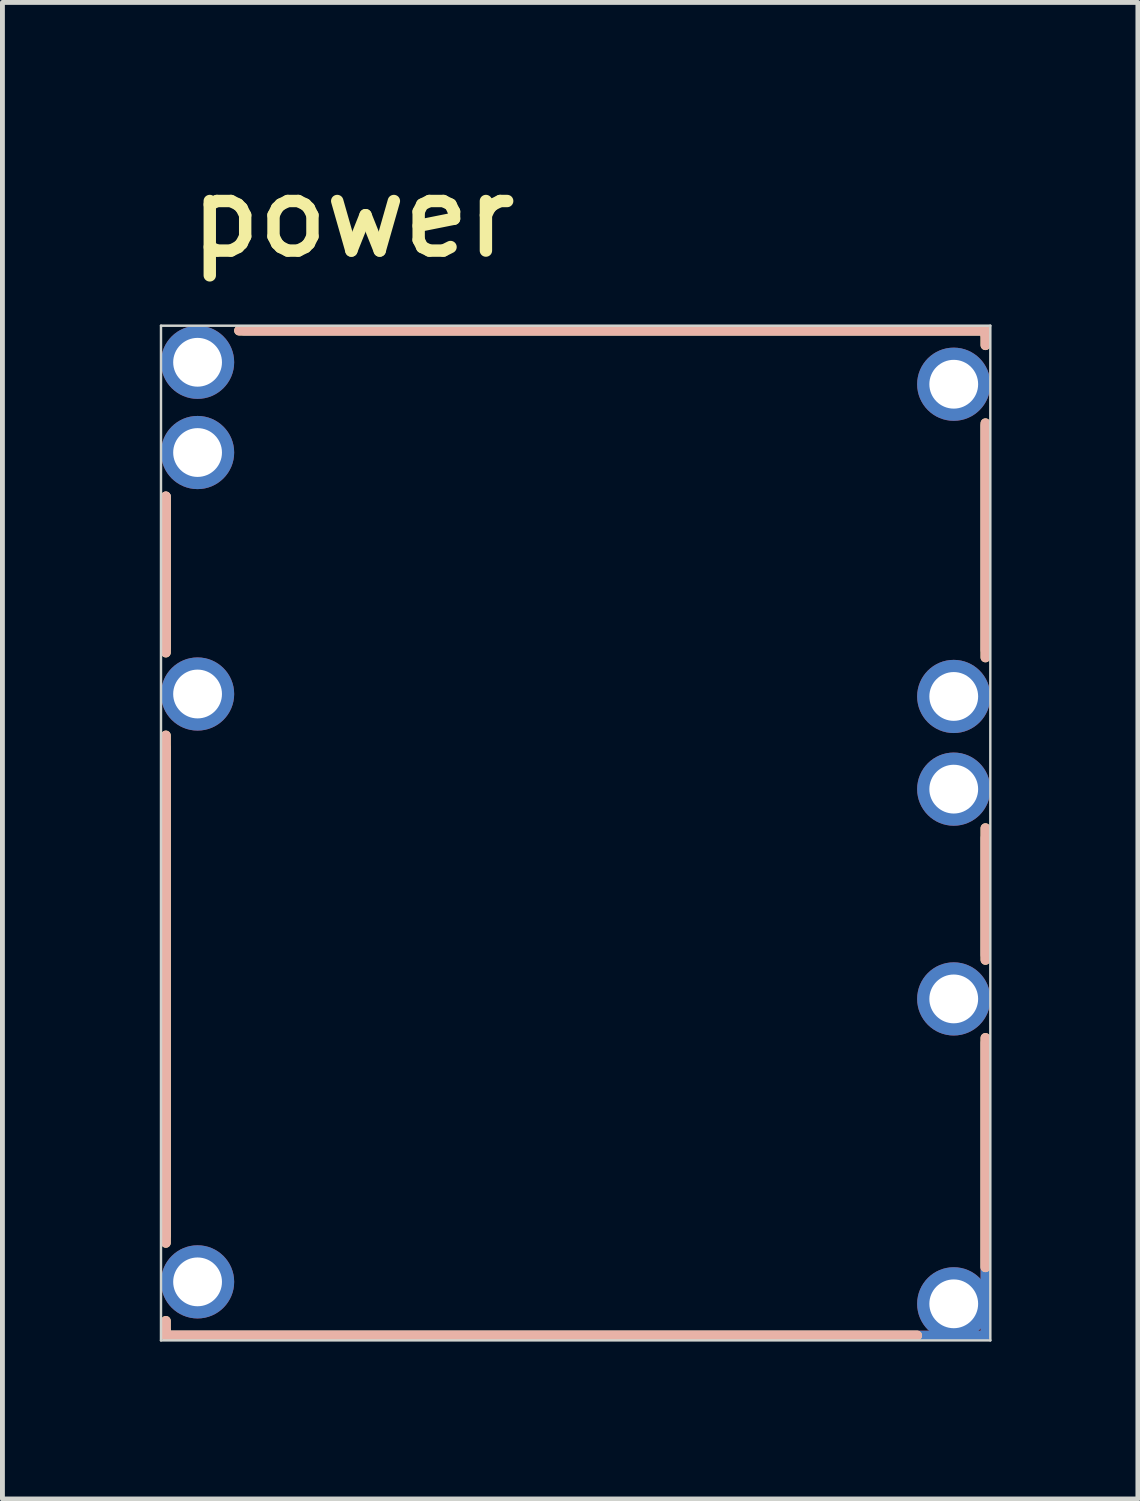
<source format=kicad_pcb>
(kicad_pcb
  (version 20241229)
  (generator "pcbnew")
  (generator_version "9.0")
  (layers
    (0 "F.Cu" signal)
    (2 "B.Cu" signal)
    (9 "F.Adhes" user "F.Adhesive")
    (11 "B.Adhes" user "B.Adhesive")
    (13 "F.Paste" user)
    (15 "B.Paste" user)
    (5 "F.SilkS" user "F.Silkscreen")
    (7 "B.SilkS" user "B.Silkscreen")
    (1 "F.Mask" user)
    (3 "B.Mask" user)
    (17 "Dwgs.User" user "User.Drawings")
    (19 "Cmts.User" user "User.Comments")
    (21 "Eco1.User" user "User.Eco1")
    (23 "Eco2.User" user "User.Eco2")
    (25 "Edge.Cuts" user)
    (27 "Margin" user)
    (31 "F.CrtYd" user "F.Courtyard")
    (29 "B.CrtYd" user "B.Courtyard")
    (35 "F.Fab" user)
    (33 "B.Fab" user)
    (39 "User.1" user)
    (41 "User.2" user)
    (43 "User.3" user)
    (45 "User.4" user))
  (footprint "power"
    (layer "F.Cu")
    (at 0.25 24.426)
    (property "Reference" "power" (at 0.47 -22.14 0) (unlocked yes) (layer "F.SilkS") (effects (font (size 1.524 1.524) (thickness 0.254)) (justify left bottom)))
    (attr through_hole)
    (fp_line (start 0.1 -14.1) (end 0.1 -17.3) (stroke (width 0.2) (type solid)) (layer "F.SilkS"))
    (fp_line (start 0.1 -2) (end 0.1 -12.4) (stroke (width 0.2) (type solid)) (layer "F.SilkS"))
    (fp_line (start 0.1 -0.1) (end 0.1 -0.4) (stroke (width 0.2) (type solid)) (layer "F.SilkS"))
    (fp_line (start 0.1 -0.1) (end 15.5 -0.1) (stroke (width 0.2) (type solid)) (layer "F.SilkS"))
    (fp_line (start 1.6 -20.7) (end 16.9 -20.7) (stroke (width 0.2) (type solid)) (layer "F.SilkS"))
    (fp_line (start 16.9 -14) (end 16.9 -18.8) (stroke (width 0.2) (type solid)) (layer "F.SilkS"))
    (fp_line (start 16.9 -7.8) (end 16.9 -10.5) (stroke (width 0.2) (type solid)) (layer "F.SilkS"))
    (fp_line (start 16.9 -1.5) (end 16.9 -6.2) (stroke (width 0.2) (type solid)) (layer "F.SilkS"))
    (fp_line (start 16.9 -20.4) (end 16.9 -20.7) (stroke (width 0.2) (type solid)) (layer "F.SilkS"))
    (fp_line (start 0.1 -14.1) (end 0.1 -17.3) (stroke (width 0.2) (type solid)) (layer "B.SilkS"))
    (fp_line (start 0.1 -2) (end 0.1 -12.4) (stroke (width 0.2) (type solid)) (layer "B.SilkS"))
    (fp_line (start 0.1 -0.1) (end 0.1 -0.4) (stroke (width 0.2) (type solid)) (layer "B.SilkS"))
    (fp_line (start 0.1 -0.1) (end 15.5 -0.1) (stroke (width 0.2) (type solid)) (layer "B.SilkS"))
    (fp_line (start 1.6 -20.7) (end 16.9 -20.7) (stroke (width 0.2) (type solid)) (layer "B.SilkS"))
    (fp_line (start 16.9 -14) (end 16.9 -18.8) (stroke (width 0.2) (type solid)) (layer "B.SilkS"))
    (fp_line (start 16.9 -7.8) (end 16.9 -10.5) (stroke (width 0.2) (type solid)) (layer "B.SilkS"))
    (fp_line (start 16.9 -1.5) (end 16.9 -6.2) (stroke (width 0.2) (type solid)) (layer "B.SilkS"))
    (fp_line (start 16.9 -20.4) (end 16.9 -20.7) (stroke (width 0.2) (type solid)) (layer "B.SilkS"))
    (fp_line (start 0 -20.8) (end 17 -20.8) (stroke (width 0.05) (type solid)) (layer "Edge.Cuts"))
    (fp_line (start 0 0) (end 0 -20.8) (stroke (width 0.05) (type solid)) (layer "Edge.Cuts"))
    (fp_line (start 17 -20.8) (end 17 0) (stroke (width 0.05) (type solid)) (layer "Edge.Cuts"))
    (fp_line (start 17 0) (end 0 0) (stroke (width 0.05) (type solid)) (layer "Edge.Cuts"))
    (pad "E1" thru_hole circle (at 0.75 -1.2) (size 1.5 1.5) (drill 1) (layers "*.Cu" "*.Mask"))
    (pad "E2" thru_hole circle (at 0.75 -13.25) (size 1.5 1.5) (drill 1) (layers "*.Cu" "*.Mask"))
    (pad "E3" thru_hole circle (at 16.25 -7) (size 1.5 1.5) (drill 1) (layers "*.Cu" "*.Mask"))
    (pad "S1" smd oval (at 0.1 -15.75 270) (size 3.3 0.2) (layers "F.Cu" "F.Mask" "F.Paste"))
    (pad "S1" smd oval (at 0.1 -15.75 270) (size 3.3 0.2) (layers "B.Cu" "B.Mask" "B.Paste"))
    (pad "S1" smd oval (at 0.1 -15.75 270) (size 3.3 0.2) (layers "In1.Cu"))
    (pad "S1" smd oval (at 0.1 -15.75 270) (size 3.3 0.2) (layers "In2.Cu"))
    (pad "S1" smd oval (at 0.1 -7.15 90) (size 10.2 0.2) (layers "F.Cu" "F.Mask" "F.Paste"))
    (pad "S1" smd oval (at 0.1 -7.15 90) (size 10.2 0.2) (layers "B.Cu" "B.Mask" "B.Paste"))
    (pad "S1" smd oval (at 0.1 -7.15 90) (size 10.2 0.2) (layers "In1.Cu"))
    (pad "S1" smd oval (at 0.1 -7.15 90) (size 10.2 0.2) (layers "In2.Cu"))
    (pad "S1" smd oval (at 0.1 -0.15 90) (size 0.3 0.2) (layers "F.Cu" "F.Mask" "F.Paste"))
    (pad "S1" smd oval (at 0.1 -0.15 90) (size 0.3 0.2) (layers "B.Cu" "B.Mask" "B.Paste"))
    (pad "S1" smd oval (at 0.1 -0.15 90) (size 0.3 0.2) (layers "In1.Cu"))
    (pad "S1" smd oval (at 0.1 -0.15 90) (size 0.3 0.2) (layers "In2.Cu"))
    (pad "S1" smd oval (at 8.5 -0.1) (size 17 0.2) (layers "F.Cu" "F.Mask" "F.Paste"))
    (pad "S1" smd oval (at 8.5 -0.1) (size 17 0.2) (layers "B.Cu" "B.Mask" "B.Paste"))
    (pad "S1" smd oval (at 8.5 -0.1) (size 17 0.2) (layers "In1.Cu"))
    (pad "S1" smd oval (at 8.5 -0.1) (size 17 0.2) (layers "In2.Cu"))
    (pad "S1" smd oval (at 9.3 -20.7) (size 15.4 0.2) (layers "F.Cu" "F.Mask" "F.Paste"))
    (pad "S1" smd oval (at 9.3 -20.7) (size 15.4 0.2) (layers "B.Cu" "B.Mask" "B.Paste"))
    (pad "S1" smd oval (at 9.3 -20.7) (size 15.4 0.2) (layers "In1.Cu"))
    (pad "S1" smd oval (at 9.3 -20.7) (size 15.4 0.2) (layers "In2.Cu"))
    (pad "S1" thru_hole circle (at 16.25 -0.75 90) (size 1.5 1.5) (drill 1) (layers "*.Cu" "*.Mask"))
    (pad "S1" smd oval (at 16.9 -20.65 90) (size 0.3 0.2) (layers "F.Cu" "F.Mask" "F.Paste"))
    (pad "S1" smd oval (at 16.9 -20.65 90) (size 0.3 0.2) (layers "B.Cu" "B.Mask" "B.Paste"))
    (pad "S1" smd oval (at 16.9 -20.65 90) (size 0.3 0.2) (layers "In1.Cu"))
    (pad "S1" smd oval (at 16.9 -20.65 90) (size 0.3 0.2) (layers "In2.Cu"))
    (pad "S1" smd oval (at 16.9 -16.45 90) (size 4.8 0.2) (layers "F.Cu" "F.Mask" "F.Paste"))
    (pad "S1" smd oval (at 16.9 -16.45 90) (size 4.8 0.2) (layers "B.Cu" "B.Mask" "B.Paste"))
    (pad "S1" smd oval (at 16.9 -16.45 90) (size 4.8 0.2) (layers "In1.Cu"))
    (pad "S1" smd oval (at 16.9 -16.45 90) (size 4.8 0.2) (layers "In2.Cu"))
    (pad "S1" smd oval (at 16.9 -9.1 270) (size 2.6 0.2) (layers "F.Cu" "F.Mask" "F.Paste"))
    (pad "S1" smd oval (at 16.9 -9.1 270) (size 2.6 0.2) (layers "B.Cu" "B.Mask" "B.Paste"))
    (pad "S1" smd oval (at 16.9 -9.1 270) (size 2.6 0.2) (layers "In1.Cu"))
    (pad "S1" smd oval (at 16.9 -9.1 270) (size 2.6 0.2) (layers "In2.Cu"))
    (pad "S1" smd oval (at 16.9 -3.1 270) (size 6.2 0.2) (layers "F.Cu" "F.Mask" "F.Paste"))
    (pad "S1" smd oval (at 16.9 -3.1 270) (size 6.2 0.2) (layers "B.Cu" "B.Mask" "B.Paste"))
    (pad "S1" smd oval (at 16.9 -3.1 270) (size 6.2 0.2) (layers "In1.Cu"))
    (pad "S1" smd oval (at 16.9 -3.1 270) (size 6.2 0.2) (layers "In2.Cu"))
    (pad "V1" thru_hole circle (at 16.25 -13.2) (size 1.5 1.5) (drill 1) (layers "*.Cu" "*.Mask"))
    (pad "V2" thru_hole circle (at 16.25 -19.6) (size 1.5 1.5) (drill 1) (layers "*.Cu" "*.Mask"))
    (pad "V3" thru_hole circle (at 0.75 -18.2) (size 1.5 1.5) (drill 1) (layers "*.Cu" "*.Mask"))
    (pad "V4" thru_hole circle (at 0.75 -20.05) (size 1.5 1.5) (drill 1) (layers "*.Cu" "*.Mask"))
    (pad "V5" thru_hole circle (at 16.25 -11.3) (size 1.5 1.5) (drill 1) (layers "*.Cu" "*.Mask"))
    (zone (net_name "") (layers "F.Cu" "B.Cu") (hatch edge 0.508) (connect_pads) (min_thickness 0.254) (filled_areas_thickness no) (keepout (tracks allowed) (vias allowed) (pads allowed) (copperpour not_allowed) (footprints allowed)) (placement (enabled no)) (fill) (polygon (pts (xy 17.05 3.826) (xy 17.05 24.226) (xy 0.45 24.226) (xy 0.45 3.826)))))
  (gr_rect
    (start -3 -3)
    (end 20.275 27.676)
    (stroke (width 0.1) (type default))
    (fill no)
    (layer "Edge.Cuts")))
</source>
